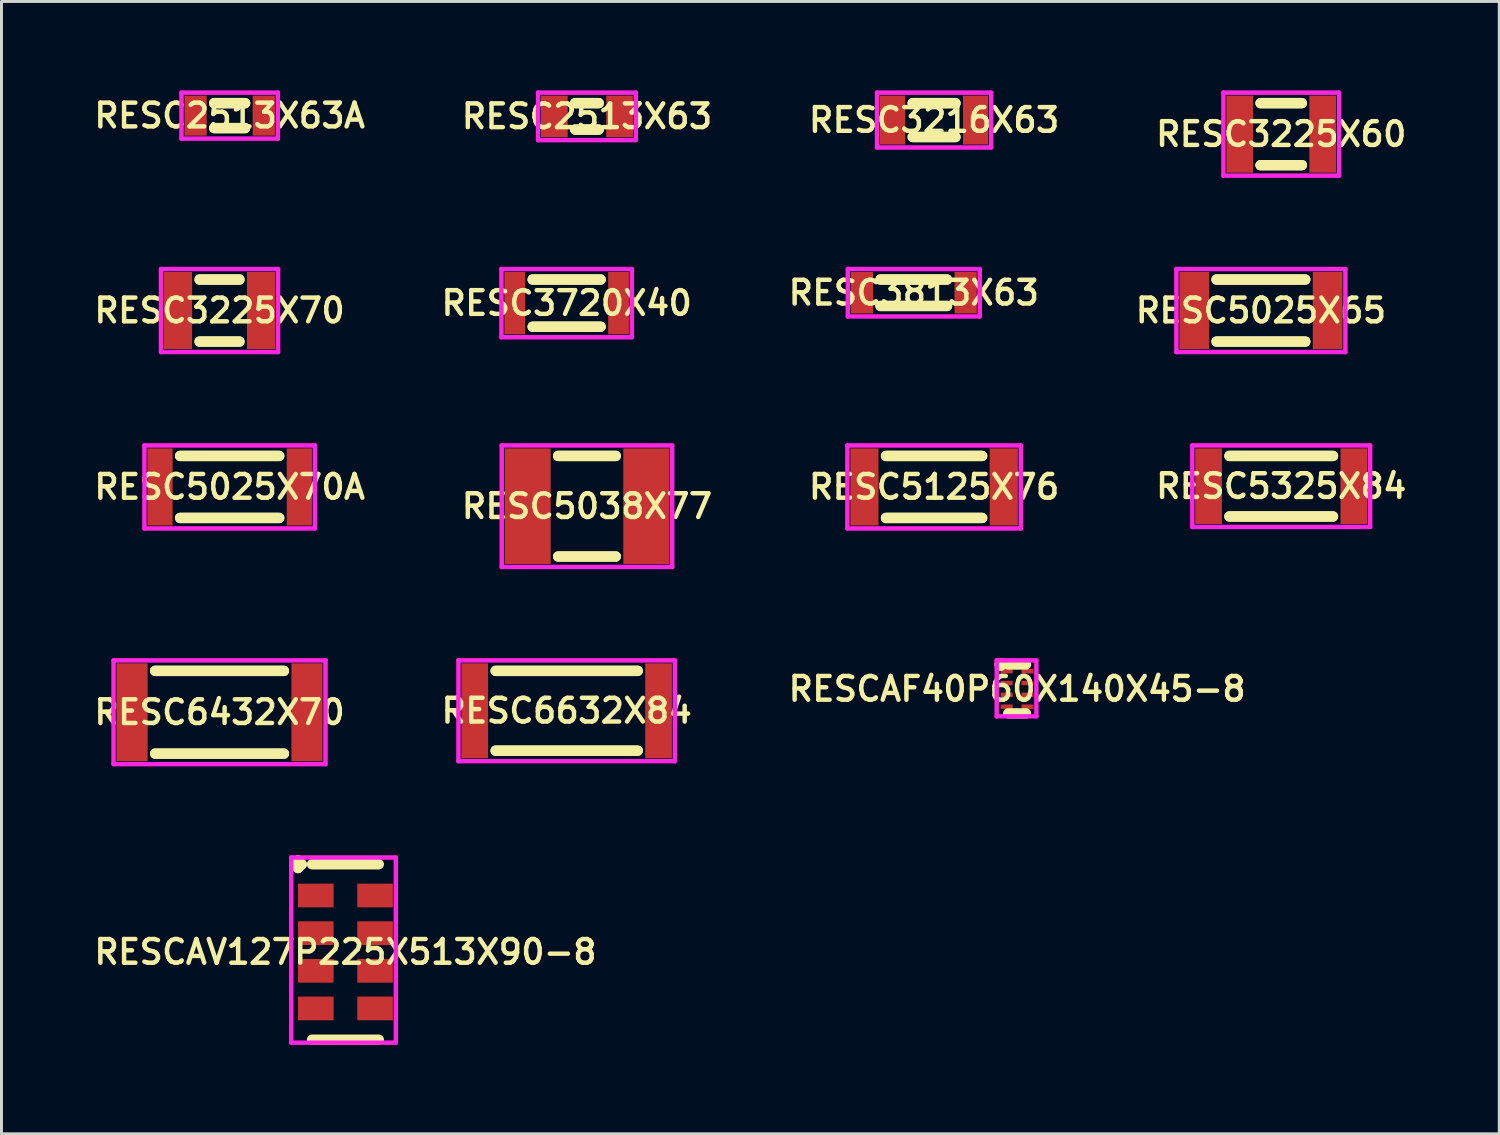
<source format=kicad_pcb>
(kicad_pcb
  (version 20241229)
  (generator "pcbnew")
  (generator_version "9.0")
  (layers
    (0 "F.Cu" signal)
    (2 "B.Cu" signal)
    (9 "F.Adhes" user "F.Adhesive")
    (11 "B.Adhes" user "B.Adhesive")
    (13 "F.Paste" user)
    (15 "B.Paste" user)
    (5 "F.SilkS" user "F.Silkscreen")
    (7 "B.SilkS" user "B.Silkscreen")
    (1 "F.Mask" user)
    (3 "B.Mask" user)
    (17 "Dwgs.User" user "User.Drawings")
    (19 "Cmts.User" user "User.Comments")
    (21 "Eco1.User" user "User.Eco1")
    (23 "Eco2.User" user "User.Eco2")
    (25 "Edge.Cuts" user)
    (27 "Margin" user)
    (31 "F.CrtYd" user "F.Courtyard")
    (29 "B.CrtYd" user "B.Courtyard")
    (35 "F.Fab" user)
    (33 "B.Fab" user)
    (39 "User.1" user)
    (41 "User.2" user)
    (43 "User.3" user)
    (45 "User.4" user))
  (footprint "RESC5038X77"
    (layer "F.Cu")
    (at 16.749 14.025)
    (property "Reference" "RESC5038X77" (at 0 0 0) (layer "F.SilkS") (effects (font (size 0.8 0.8) (thickness 0.15))))
    (attr smd)
    (fp_line (start -0.971 -1.696) (end 0.971 -1.696) (stroke (width 0.35) (type solid)) (layer "F.SilkS"))
    (fp_line (start -0.971 1.696) (end 0.971 1.696) (stroke (width 0.35) (type solid)) (layer "F.SilkS"))
    (fp_line (start 0.971 -1.696) (end -0.971 -1.696) (stroke (width 0.35) (type solid)) (layer "F.SilkS"))
    (fp_line (start 0.971 1.696) (end -0.971 1.696) (stroke (width 0.35) (type solid)) (layer "F.SilkS"))
    (fp_line (start -2.875 -2.05) (end 2.875 -2.05) (stroke (width 0.15) (type solid)) (layer "F.CrtYd"))
    (fp_line (start -2.875 2.05) (end -2.875 -2.05) (stroke (width 0.15) (type solid)) (layer "F.CrtYd"))
    (fp_line (start 2.875 -2.05) (end 2.875 2.05) (stroke (width 0.15) (type solid)) (layer "F.CrtYd"))
    (fp_line (start 2.875 2.05) (end -2.875 2.05) (stroke (width 0.15) (type solid)) (layer "F.CrtYd"))
    (pad "1" smd rect (at -2 0) (size 1.55 3.9) (layers "F.Cu" "F.Mask" "F.Paste"))
    (pad "2" smd rect (at 2 0) (size 1.55 3.9) (layers "F.Cu" "F.Mask" "F.Paste")))
  (footprint "RESC3216X63"
    (layer "F.Cu")
    (at 28.458 1)
    (property "Reference" "RESC3216X63" (at 0 0 0) (layer "F.SilkS") (effects (font (size 0.8 0.8) (thickness 0.15))))
    (attr smd)
    (fp_line (start -0.721 -0.571) (end 0.721 -0.571) (stroke (width 0.35) (type solid)) (layer "F.SilkS"))
    (fp_line (start -0.721 0.571) (end 0.721 0.571) (stroke (width 0.35) (type solid)) (layer "F.SilkS"))
    (fp_line (start 0.721 -0.571) (end -0.721 -0.571) (stroke (width 0.35) (type solid)) (layer "F.SilkS"))
    (fp_line (start 0.721 0.571) (end -0.721 0.571) (stroke (width 0.35) (type solid)) (layer "F.SilkS"))
    (fp_line (start -1.925 -0.925) (end 1.925 -0.925) (stroke (width 0.15) (type solid)) (layer "F.CrtYd"))
    (fp_line (start -1.925 0.925) (end -1.925 -0.925) (stroke (width 0.15) (type solid)) (layer "F.CrtYd"))
    (fp_line (start 1.925 -0.925) (end 1.925 0.925) (stroke (width 0.15) (type solid)) (layer "F.CrtYd"))
    (fp_line (start 1.925 0.925) (end -1.925 0.925) (stroke (width 0.15) (type solid)) (layer "F.CrtYd"))
    (pad "1" smd rect (at -1.4 0) (size 0.85 1.65) (layers "F.Cu" "F.Mask" "F.Paste"))
    (pad "2" smd rect (at 1.4 0) (size 0.85 1.65) (layers "F.Cu" "F.Mask" "F.Paste")))
  (footprint "RESC3720X40"
    (layer "F.Cu")
    (at 16.064 7.175)
    (property "Reference" "RESC3720X40" (at 0 0 0) (layer "F.SilkS") (effects (font (size 0.8 0.8) (thickness 0.15))))
    (attr through_hole)
    (fp_line (start -1.146 -0.796) (end 1.146 -0.796) (stroke (width 0.35) (type solid)) (layer "F.SilkS"))
    (fp_line (start -1.146 0.796) (end 1.146 0.796) (stroke (width 0.35) (type solid)) (layer "F.SilkS"))
    (fp_line (start 1.146 -0.796) (end -1.146 -0.796) (stroke (width 0.35) (type solid)) (layer "F.SilkS"))
    (fp_line (start 1.146 0.796) (end -1.146 0.796) (stroke (width 0.35) (type solid)) (layer "F.SilkS"))
    (fp_line (start -2.2 -1.15) (end 2.2 -1.15) (stroke (width 0.15) (type solid)) (layer "F.CrtYd"))
    (fp_line (start -2.2 1.15) (end -2.2 -1.15) (stroke (width 0.15) (type solid)) (layer "F.CrtYd"))
    (fp_line (start 2.2 -1.15) (end 2.2 1.15) (stroke (width 0.15) (type solid)) (layer "F.CrtYd"))
    (fp_line (start 2.2 1.15) (end -2.2 1.15) (stroke (width 0.15) (type solid)) (layer "F.CrtYd"))
    (pad "1" smd rect (at -1.75 0) (size 0.7 2.1) (layers "F.Cu" "F.Mask" "F.Paste"))
    (pad "2" smd rect (at 1.75 0) (size 0.7 2.1) (layers "F.Cu" "F.Mask" "F.Paste")))
  (footprint "RESCAF40P60X140X45-8"
    (layer "F.Cu")
    (at 31.258 20.188)
    (property "Reference" "RESCAF40P60X140X45-8" (at 0 0 0) (layer "F.SilkS") (effects (font (size 0.8 0.8) (thickness 0.15))))
    (attr smd)
    (fp_line (start -0.588 -0.825) (end -0.55 -0.863) (stroke (width 0.35) (type solid)) (layer "F.SilkS"))
    (fp_line (start -0.55 -0.863) (end -0.512 -0.825) (stroke (width 0.35) (type solid)) (layer "F.SilkS"))
    (fp_line (start -0.55 -0.787) (end -0.588 -0.825) (stroke (width 0.35) (type solid)) (layer "F.SilkS"))
    (fp_line (start -0.512 -0.825) (end -0.55 -0.787) (stroke (width 0.35) (type solid)) (layer "F.SilkS"))
    (fp_line (start -0.3 -0.825) (end 0.3 -0.825) (stroke (width 0.35) (type solid)) (layer "F.SilkS"))
    (fp_line (start -0.3 0.825) (end 0.3 0.825) (stroke (width 0.35) (type solid)) (layer "F.SilkS"))
    (fp_line (start -0.688 -0.963) (end 0.65 -0.963) (stroke (width 0.15) (type solid)) (layer "F.CrtYd"))
    (fp_line (start -0.688 0.925) (end -0.688 -0.963) (stroke (width 0.15) (type solid)) (layer "F.CrtYd"))
    (fp_line (start 0.65 -0.963) (end 0.65 0.925) (stroke (width 0.15) (type solid)) (layer "F.CrtYd"))
    (fp_line (start 0.65 0.925) (end -0.688 0.925) (stroke (width 0.15) (type solid)) (layer "F.CrtYd"))
    (pad "1" smd rect (at -0.35 -0.6) (size 0.4 0.15) (layers "F.Cu" "F.Mask" "F.Paste"))
    (pad "2" smd rect (at -0.35 -0.2) (size 0.4 0.15) (layers "F.Cu" "F.Mask" "F.Paste"))
    (pad "3" smd rect (at -0.35 0.2) (size 0.4 0.15) (layers "F.Cu" "F.Mask" "F.Paste"))
    (pad "4" smd rect (at -0.35 0.6) (size 0.4 0.15) (layers "F.Cu" "F.Mask" "F.Paste"))
    (pad "5" smd rect (at 0.35 0.6) (size 0.4 0.15) (layers "F.Cu" "F.Mask" "F.Paste"))
    (pad "6" smd rect (at 0.35 0.2) (size 0.4 0.15) (layers "F.Cu" "F.Mask" "F.Paste"))
    (pad "7" smd rect (at 0.35 -0.2) (size 0.4 0.15) (layers "F.Cu" "F.Mask" "F.Paste"))
    (pad "8" smd rect (at 0.35 -0.6) (size 0.4 0.15) (layers "F.Cu" "F.Mask" "F.Paste")))
  (footprint "RESCAV127P225X513X90-8"
    (layer "F.Cu")
    (at 8.602 29.061)
    (property "Reference" "RESCAV127P225X513X90-8" (at 0 0 0) (layer "F.SilkS") (effects (font (size 0.8 0.8) (thickness 0.15))))
    (attr through_hole)
    (fp_line (start -1.727 -2.959) (end -1.6 -3.086) (stroke (width 0.35) (type solid)) (layer "F.SilkS"))
    (fp_line (start -1.6 -3.086) (end -1.473 -2.959) (stroke (width 0.35) (type solid)) (layer "F.SilkS"))
    (fp_line (start -1.6 -2.832) (end -1.727 -2.959) (stroke (width 0.35) (type solid)) (layer "F.SilkS"))
    (fp_line (start -1.473 -2.959) (end -1.6 -2.832) (stroke (width 0.35) (type solid)) (layer "F.SilkS"))
    (fp_line (start -1.125 -2.959) (end 1.125 -2.959) (stroke (width 0.35) (type solid)) (layer "F.SilkS"))
    (fp_line (start -1.125 2.959) (end 1.125 2.959) (stroke (width 0.35) (type solid)) (layer "F.SilkS"))
    (fp_line (start -1.827 -3.186) (end 1.7 -3.186) (stroke (width 0.15) (type solid)) (layer "F.CrtYd"))
    (fp_line (start -1.827 3.059) (end -1.827 -3.186) (stroke (width 0.15) (type solid)) (layer "F.CrtYd"))
    (fp_line (start 1.7 -3.186) (end 1.7 3.059) (stroke (width 0.15) (type solid)) (layer "F.CrtYd"))
    (fp_line (start 1.7 3.059) (end -1.827 3.059) (stroke (width 0.15) (type solid)) (layer "F.CrtYd"))
    (pad "1" smd rect (at -1 -1.905) (size 1.2 0.8) (layers "F.Cu" "F.Mask" "F.Paste"))
    (pad "2" smd rect (at -1 -0.635) (size 1.2 0.8) (layers "F.Cu" "F.Mask" "F.Paste"))
    (pad "3" smd rect (at -1 0.635) (size 1.2 0.8) (layers "F.Cu" "F.Mask" "F.Paste"))
    (pad "4" smd rect (at -1 1.905) (size 1.2 0.8) (layers "F.Cu" "F.Mask" "F.Paste"))
    (pad "5" smd rect (at 1 1.905) (size 1.2 0.8) (layers "F.Cu" "F.Mask" "F.Paste"))
    (pad "6" smd rect (at 1 0.635) (size 1.2 0.8) (layers "F.Cu" "F.Mask" "F.Paste"))
    (pad "7" smd rect (at 1 -0.635) (size 1.2 0.8) (layers "F.Cu" "F.Mask" "F.Paste"))
    (pad "8" smd rect (at 1 -1.905) (size 1.2 0.8) (layers "F.Cu" "F.Mask" "F.Paste")))
  (footprint "RESC2513X63"
    (layer "F.Cu")
    (at 16.749 0.875)
    (property "Reference" "RESC2513X63" (at 0 0 0) (layer "F.SilkS") (effects (font (size 0.8 0.8) (thickness 0.15))))
    (attr smd)
    (fp_line (start -0.396 -0.446) (end 0.396 -0.446) (stroke (width 0.35) (type solid)) (layer "F.SilkS"))
    (fp_line (start -0.396 0.446) (end 0.396 0.446) (stroke (width 0.35) (type solid)) (layer "F.SilkS"))
    (fp_line (start 0.396 -0.446) (end -0.396 -0.446) (stroke (width 0.35) (type solid)) (layer "F.SilkS"))
    (fp_line (start 0.396 0.446) (end -0.396 0.446) (stroke (width 0.35) (type solid)) (layer "F.SilkS"))
    (fp_line (start -1.65 -0.8) (end 1.65 -0.8) (stroke (width 0.15) (type solid)) (layer "F.CrtYd"))
    (fp_line (start -1.65 0.8) (end -1.65 -0.8) (stroke (width 0.15) (type solid)) (layer "F.CrtYd"))
    (fp_line (start 1.65 -0.8) (end 1.65 0.8) (stroke (width 0.15) (type solid)) (layer "F.CrtYd"))
    (fp_line (start 1.65 0.8) (end -1.65 0.8) (stroke (width 0.15) (type solid)) (layer "F.CrtYd"))
    (pad "1" smd rect (at -1.1 0) (size 0.9 1.4) (layers "F.Cu" "F.Mask" "F.Paste"))
    (pad "2" smd rect (at 1.1 0) (size 0.9 1.4) (layers "F.Cu" "F.Mask" "F.Paste")))
  (footprint "RESC2513X63A"
    (layer "F.Cu")
    (at 4.697 0.85)
    (property "Reference" "RESC2513X63A" (at 0 0 0) (layer "F.SilkS") (effects (font (size 0.8 0.8) (thickness 0.15))))
    (attr smd)
    (fp_line (start -0.521 -0.421) (end 0.521 -0.421) (stroke (width 0.35) (type solid)) (layer "F.SilkS"))
    (fp_line (start -0.521 0.421) (end 0.521 0.421) (stroke (width 0.35) (type solid)) (layer "F.SilkS"))
    (fp_line (start 0.521 -0.421) (end -0.521 -0.421) (stroke (width 0.35) (type solid)) (layer "F.SilkS"))
    (fp_line (start 0.521 0.421) (end -0.521 0.421) (stroke (width 0.35) (type solid)) (layer "F.SilkS"))
    (fp_line (start -1.625 -0.775) (end 1.625 -0.775) (stroke (width 0.15) (type solid)) (layer "F.CrtYd"))
    (fp_line (start -1.625 0.775) (end -1.625 -0.775) (stroke (width 0.15) (type solid)) (layer "F.CrtYd"))
    (fp_line (start 1.625 -0.775) (end 1.625 0.775) (stroke (width 0.15) (type solid)) (layer "F.CrtYd"))
    (fp_line (start 1.625 0.775) (end -1.625 0.775) (stroke (width 0.15) (type solid)) (layer "F.CrtYd"))
    (pad "1" smd rect (at -1.15 0) (size 0.75 1.35) (layers "F.Cu" "F.Mask" "F.Paste"))
    (pad "2" smd rect (at 1.15 0) (size 0.75 1.35) (layers "F.Cu" "F.Mask" "F.Paste")))
  (footprint "RESC3813X63"
    (layer "F.Cu")
    (at 27.773 6.825)
    (property "Reference" "RESC3813X63" (at 0 0 0) (layer "F.SilkS") (effects (font (size 0.8 0.8) (thickness 0.15))))
    (attr smd)
    (fp_line (start -1.121 -0.446) (end 1.121 -0.446) (stroke (width 0.35) (type solid)) (layer "F.SilkS"))
    (fp_line (start -1.121 0.446) (end 1.121 0.446) (stroke (width 0.35) (type solid)) (layer "F.SilkS"))
    (fp_line (start 1.121 -0.446) (end -1.121 -0.446) (stroke (width 0.35) (type solid)) (layer "F.SilkS"))
    (fp_line (start 1.121 0.446) (end -1.121 0.446) (stroke (width 0.35) (type solid)) (layer "F.SilkS"))
    (fp_line (start -2.225 -0.8) (end 2.225 -0.8) (stroke (width 0.15) (type solid)) (layer "F.CrtYd"))
    (fp_line (start -2.225 0.8) (end -2.225 -0.8) (stroke (width 0.15) (type solid)) (layer "F.CrtYd"))
    (fp_line (start 2.225 -0.8) (end 2.225 0.8) (stroke (width 0.15) (type solid)) (layer "F.CrtYd"))
    (fp_line (start 2.225 0.8) (end -2.225 0.8) (stroke (width 0.15) (type solid)) (layer "F.CrtYd"))
    (pad "1" smd rect (at -1.75 0) (size 0.75 1.4) (layers "F.Cu" "F.Mask" "F.Paste"))
    (pad "2" smd rect (at 1.75 0) (size 0.75 1.4) (layers "F.Cu" "F.Mask" "F.Paste")))
  (footprint "RESC3225X60"
    (layer "F.Cu")
    (at 40.167 1.475)
    (property "Reference" "RESC3225X60" (at 0 0 0) (layer "F.SilkS") (effects (font (size 0.8 0.8) (thickness 0.15))))
    (attr smd)
    (fp_line (start -0.696 -1.046) (end 0.696 -1.046) (stroke (width 0.35) (type solid)) (layer "F.SilkS"))
    (fp_line (start -0.696 1.046) (end 0.696 1.046) (stroke (width 0.35) (type solid)) (layer "F.SilkS"))
    (fp_line (start 0.696 -1.046) (end -0.696 -1.046) (stroke (width 0.35) (type solid)) (layer "F.SilkS"))
    (fp_line (start 0.696 1.046) (end -0.696 1.046) (stroke (width 0.35) (type solid)) (layer "F.SilkS"))
    (fp_line (start -1.95 -1.4) (end 1.95 -1.4) (stroke (width 0.15) (type solid)) (layer "F.CrtYd"))
    (fp_line (start -1.95 1.4) (end -1.95 -1.4) (stroke (width 0.15) (type solid)) (layer "F.CrtYd"))
    (fp_line (start 1.95 -1.4) (end 1.95 1.4) (stroke (width 0.15) (type solid)) (layer "F.CrtYd"))
    (fp_line (start 1.95 1.4) (end -1.95 1.4) (stroke (width 0.15) (type solid)) (layer "F.CrtYd"))
    (pad "1" smd rect (at -1.4 0) (size 0.9 2.6) (layers "F.Cu" "F.Mask" "F.Paste"))
    (pad "2" smd rect (at 1.4 0) (size 0.9 2.6) (layers "F.Cu" "F.Mask" "F.Paste")))
  (footprint "RESC6632X84"
    (layer "F.Cu")
    (at 16.064 20.925)
    (property "Reference" "RESC6632X84" (at 0 0 0) (layer "F.SilkS") (effects (font (size 0.8 0.8) (thickness 0.15))))
    (attr through_hole)
    (fp_line (start -2.396 -1.346) (end 2.396 -1.346) (stroke (width 0.35) (type solid)) (layer "F.SilkS"))
    (fp_line (start -2.396 1.346) (end 2.396 1.346) (stroke (width 0.35) (type solid)) (layer "F.SilkS"))
    (fp_line (start 2.396 -1.346) (end -2.396 -1.346) (stroke (width 0.35) (type solid)) (layer "F.SilkS"))
    (fp_line (start 2.396 1.346) (end -2.396 1.346) (stroke (width 0.35) (type solid)) (layer "F.SilkS"))
    (fp_line (start -3.65 -1.7) (end 3.65 -1.7) (stroke (width 0.15) (type solid)) (layer "F.CrtYd"))
    (fp_line (start -3.65 1.7) (end -3.65 -1.7) (stroke (width 0.15) (type solid)) (layer "F.CrtYd"))
    (fp_line (start 3.65 -1.7) (end 3.65 1.7) (stroke (width 0.15) (type solid)) (layer "F.CrtYd"))
    (fp_line (start 3.65 1.7) (end -3.65 1.7) (stroke (width 0.15) (type solid)) (layer "F.CrtYd"))
    (pad "1" smd rect (at -3.1 0) (size 0.9 3.2) (layers "F.Cu" "F.Mask" "F.Paste"))
    (pad "2" smd rect (at 3.1 0) (size 0.9 3.2) (layers "F.Cu" "F.Mask" "F.Paste")))
  (footprint "RESC6432X70"
    (layer "F.Cu")
    (at 4.355 20.975)
    (property "Reference" "RESC6432X70" (at 0 0 0) (layer "F.SilkS") (effects (font (size 0.8 0.8) (thickness 0.15))))
    (attr smd)
    (fp_line (start -2.171 -1.396) (end 2.171 -1.396) (stroke (width 0.35) (type solid)) (layer "F.SilkS"))
    (fp_line (start -2.171 1.396) (end 2.171 1.396) (stroke (width 0.35) (type solid)) (layer "F.SilkS"))
    (fp_line (start 2.171 -1.396) (end -2.171 -1.396) (stroke (width 0.35) (type solid)) (layer "F.SilkS"))
    (fp_line (start 2.171 1.396) (end -2.171 1.396) (stroke (width 0.35) (type solid)) (layer "F.SilkS"))
    (fp_line (start -3.575 -1.75) (end 3.575 -1.75) (stroke (width 0.15) (type solid)) (layer "F.CrtYd"))
    (fp_line (start -3.575 1.75) (end -3.575 -1.75) (stroke (width 0.15) (type solid)) (layer "F.CrtYd"))
    (fp_line (start 3.575 -1.75) (end 3.575 1.75) (stroke (width 0.15) (type solid)) (layer "F.CrtYd"))
    (fp_line (start 3.575 1.75) (end -3.575 1.75) (stroke (width 0.15) (type solid)) (layer "F.CrtYd"))
    (pad "1" smd rect (at -2.95 0) (size 1.05 3.3) (layers "F.Cu" "F.Mask" "F.Paste"))
    (pad "2" smd rect (at 2.95 0) (size 1.05 3.3) (layers "F.Cu" "F.Mask" "F.Paste")))
  (footprint "RESC3225X70"
    (layer "F.Cu")
    (at 4.355 7.425)
    (property "Reference" "RESC3225X70" (at 0 0 0) (layer "F.SilkS") (effects (font (size 0.8 0.8) (thickness 0.15))))
    (attr smd)
    (fp_line (start -0.671 -1.046) (end 0.671 -1.046) (stroke (width 0.35) (type solid)) (layer "F.SilkS"))
    (fp_line (start -0.671 1.046) (end 0.671 1.046) (stroke (width 0.35) (type solid)) (layer "F.SilkS"))
    (fp_line (start 0.671 -1.046) (end -0.671 -1.046) (stroke (width 0.35) (type solid)) (layer "F.SilkS"))
    (fp_line (start 0.671 1.046) (end -0.671 1.046) (stroke (width 0.35) (type solid)) (layer "F.SilkS"))
    (fp_line (start -1.975 -1.4) (end 1.975 -1.4) (stroke (width 0.15) (type solid)) (layer "F.CrtYd"))
    (fp_line (start -1.975 1.4) (end -1.975 -1.4) (stroke (width 0.15) (type solid)) (layer "F.CrtYd"))
    (fp_line (start 1.975 -1.4) (end 1.975 1.4) (stroke (width 0.15) (type solid)) (layer "F.CrtYd"))
    (fp_line (start 1.975 1.4) (end -1.975 1.4) (stroke (width 0.15) (type solid)) (layer "F.CrtYd"))
    (pad "1" smd rect (at -1.4 0) (size 0.95 2.6) (layers "F.Cu" "F.Mask" "F.Paste"))
    (pad "2" smd rect (at 1.4 0) (size 0.95 2.6) (layers "F.Cu" "F.Mask" "F.Paste")))
  (footprint "RESC5025X70A"
    (layer "F.Cu")
    (at 4.697 13.375)
    (property "Reference" "RESC5025X70A" (at 0 0 0) (layer "F.SilkS") (effects (font (size 0.8 0.8) (thickness 0.15))))
    (attr smd)
    (fp_line (start -1.671 -1.046) (end 1.671 -1.046) (stroke (width 0.35) (type solid)) (layer "F.SilkS"))
    (fp_line (start -1.671 1.046) (end 1.671 1.046) (stroke (width 0.35) (type solid)) (layer "F.SilkS"))
    (fp_line (start 1.671 -1.046) (end -1.671 -1.046) (stroke (width 0.35) (type solid)) (layer "F.SilkS"))
    (fp_line (start 1.671 1.046) (end -1.671 1.046) (stroke (width 0.35) (type solid)) (layer "F.SilkS"))
    (fp_line (start -2.875 -1.4) (end 2.875 -1.4) (stroke (width 0.15) (type solid)) (layer "F.CrtYd"))
    (fp_line (start -2.875 1.4) (end -2.875 -1.4) (stroke (width 0.15) (type solid)) (layer "F.CrtYd"))
    (fp_line (start 2.875 -1.4) (end 2.875 1.4) (stroke (width 0.15) (type solid)) (layer "F.CrtYd"))
    (fp_line (start 2.875 1.4) (end -2.875 1.4) (stroke (width 0.15) (type solid)) (layer "F.CrtYd"))
    (pad "1" smd rect (at -2.35 0) (size 0.85 2.6) (layers "F.Cu" "F.Mask" "F.Paste"))
    (pad "2" smd rect (at 2.35 0) (size 0.85 2.6) (layers "F.Cu" "F.Mask" "F.Paste")))
  (footprint "RESC5025X65"
    (layer "F.Cu")
    (at 39.482 7.425)
    (property "Reference" "RESC5025X65" (at 0 0 0) (layer "F.SilkS") (effects (font (size 0.8 0.8) (thickness 0.15))))
    (attr through_hole)
    (fp_line (start -1.496 -1.046) (end 1.496 -1.046) (stroke (width 0.35) (type solid)) (layer "F.SilkS"))
    (fp_line (start -1.496 1.046) (end 1.496 1.046) (stroke (width 0.35) (type solid)) (layer "F.SilkS"))
    (fp_line (start 1.496 -1.046) (end -1.496 -1.046) (stroke (width 0.35) (type solid)) (layer "F.SilkS"))
    (fp_line (start 1.496 1.046) (end -1.496 1.046) (stroke (width 0.35) (type solid)) (layer "F.SilkS"))
    (fp_line (start -2.85 -1.4) (end 2.85 -1.4) (stroke (width 0.15) (type solid)) (layer "F.CrtYd"))
    (fp_line (start -2.85 1.4) (end -2.85 -1.4) (stroke (width 0.15) (type solid)) (layer "F.CrtYd"))
    (fp_line (start 2.85 -1.4) (end 2.85 1.4) (stroke (width 0.15) (type solid)) (layer "F.CrtYd"))
    (fp_line (start 2.85 1.4) (end -2.85 1.4) (stroke (width 0.15) (type solid)) (layer "F.CrtYd"))
    (pad "1" smd rect (at -2.25 0) (size 1 2.6) (layers "F.Cu" "F.Mask" "F.Paste"))
    (pad "2" smd rect (at 2.25 0) (size 1 2.6) (layers "F.Cu" "F.Mask" "F.Paste")))
  (footprint "RESC5325X84"
    (layer "F.Cu")
    (at 40.167 13.35)
    (property "Reference" "RESC5325X84" (at 0 0 0) (layer "F.SilkS") (effects (font (size 0.8 0.8) (thickness 0.15))))
    (attr smd)
    (fp_line (start -1.746 -1.021) (end 1.746 -1.021) (stroke (width 0.35) (type solid)) (layer "F.SilkS"))
    (fp_line (start -1.746 1.021) (end 1.746 1.021) (stroke (width 0.35) (type solid)) (layer "F.SilkS"))
    (fp_line (start 1.746 -1.021) (end -1.746 -1.021) (stroke (width 0.35) (type solid)) (layer "F.SilkS"))
    (fp_line (start 1.746 1.021) (end -1.746 1.021) (stroke (width 0.35) (type solid)) (layer "F.SilkS"))
    (fp_line (start -3 -1.375) (end 3 -1.375) (stroke (width 0.15) (type solid)) (layer "F.CrtYd"))
    (fp_line (start -3 1.375) (end -3 -1.375) (stroke (width 0.15) (type solid)) (layer "F.CrtYd"))
    (fp_line (start 3 -1.375) (end 3 1.375) (stroke (width 0.15) (type solid)) (layer "F.CrtYd"))
    (fp_line (start 3 1.375) (end -3 1.375) (stroke (width 0.15) (type solid)) (layer "F.CrtYd"))
    (pad "1" smd rect (at -2.45 0) (size 0.9 2.55) (layers "F.Cu" "F.Mask" "F.Paste"))
    (pad "2" smd rect (at 2.45 0) (size 0.9 2.55) (layers "F.Cu" "F.Mask" "F.Paste")))
  (footprint "RESC5125X76"
    (layer "F.Cu")
    (at 28.458 13.375)
    (property "Reference" "RESC5125X76" (at 0 0 0) (layer "F.SilkS") (effects (font (size 0.8 0.8) (thickness 0.15))))
    (attr smd)
    (fp_line (start -1.621 -1.046) (end 1.621 -1.046) (stroke (width 0.35) (type solid)) (layer "F.SilkS"))
    (fp_line (start -1.621 1.046) (end 1.621 1.046) (stroke (width 0.35) (type solid)) (layer "F.SilkS"))
    (fp_line (start 1.621 -1.046) (end -1.621 -1.046) (stroke (width 0.35) (type solid)) (layer "F.SilkS"))
    (fp_line (start 1.621 1.046) (end -1.621 1.046) (stroke (width 0.35) (type solid)) (layer "F.SilkS"))
    (fp_line (start -2.925 -1.4) (end 2.925 -1.4) (stroke (width 0.15) (type solid)) (layer "F.CrtYd"))
    (fp_line (start -2.925 1.4) (end -2.925 -1.4) (stroke (width 0.15) (type solid)) (layer "F.CrtYd"))
    (fp_line (start 2.925 -1.4) (end 2.925 1.4) (stroke (width 0.15) (type solid)) (layer "F.CrtYd"))
    (fp_line (start 2.925 1.4) (end -2.925 1.4) (stroke (width 0.15) (type solid)) (layer "F.CrtYd"))
    (pad "1" smd rect (at -2.35 0) (size 0.95 2.6) (layers "F.Cu" "F.Mask" "F.Paste"))
    (pad "2" smd rect (at 2.35 0) (size 0.95 2.6) (layers "F.Cu" "F.Mask" "F.Paste")))
  (gr_rect
    (start -3 -3)
    (end 47.522 35.195)
    (stroke (width 0.1) (type default))
    (fill no)
    (layer "Edge.Cuts")))
</source>
